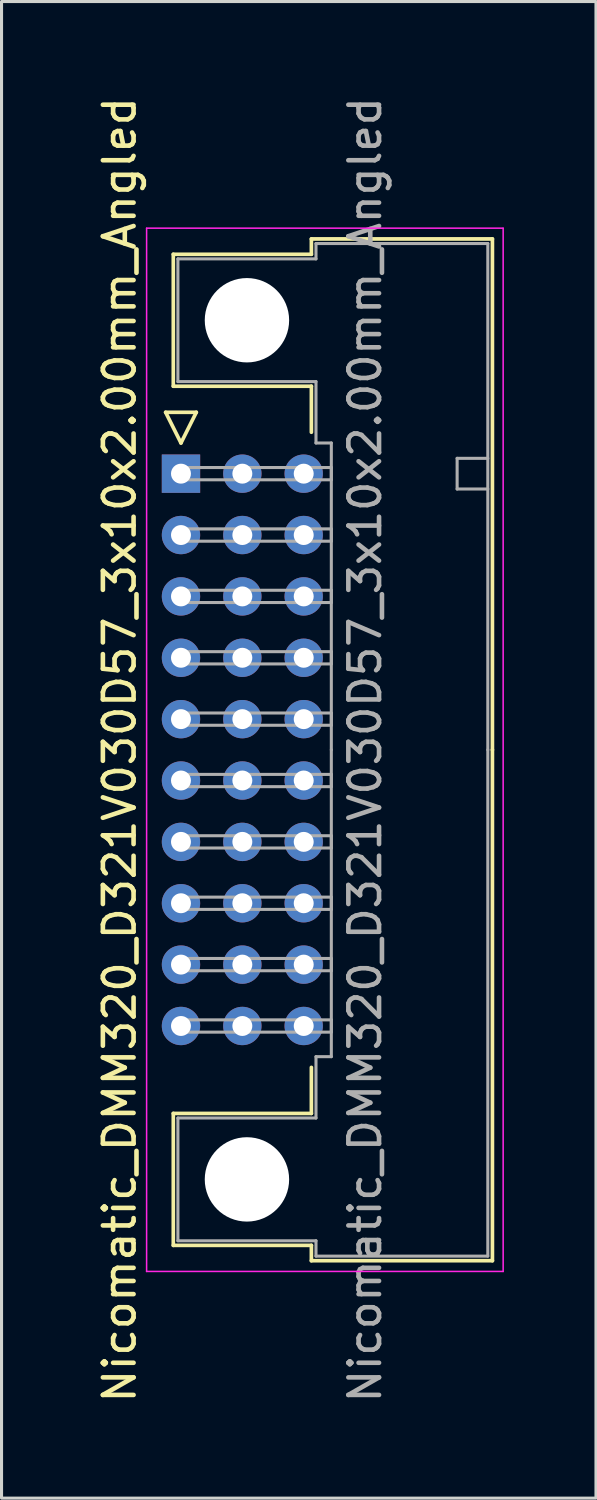
<source format=kicad_pcb>
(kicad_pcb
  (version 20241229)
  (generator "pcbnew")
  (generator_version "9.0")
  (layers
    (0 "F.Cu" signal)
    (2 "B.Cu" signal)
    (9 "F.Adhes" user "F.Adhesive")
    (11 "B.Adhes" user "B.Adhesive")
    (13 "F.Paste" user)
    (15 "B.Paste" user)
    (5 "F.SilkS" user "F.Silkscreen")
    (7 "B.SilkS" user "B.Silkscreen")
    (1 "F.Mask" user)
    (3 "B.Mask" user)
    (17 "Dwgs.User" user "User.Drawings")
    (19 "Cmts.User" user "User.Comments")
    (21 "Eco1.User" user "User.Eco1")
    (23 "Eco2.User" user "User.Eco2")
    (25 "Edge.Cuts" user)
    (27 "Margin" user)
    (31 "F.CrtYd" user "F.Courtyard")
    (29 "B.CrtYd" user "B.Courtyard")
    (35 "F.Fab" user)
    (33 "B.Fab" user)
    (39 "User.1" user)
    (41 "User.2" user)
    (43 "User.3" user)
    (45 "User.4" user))
  (footprint "Nicomatic_DMM320_D321V030D57_3x10x2.00mm_Angled"
    (layer "F.Cu")
    (at 2.848 12.387)
    (property "Reference" "Nicomatic_DMM320_D321V030D57_3x10x2.00mm_Angled" (at -2 9 90) (layer "F.SilkS") (effects (font (size 1 1) (thickness 0.15))))
    (attr through_hole)
    (fp_line (start -0.5 -2) (end 0 -1) (stroke (width 0.12) (type solid)) (layer "F.SilkS"))
    (fp_line (start -0.25 -7.15) (end -0.25 -2.85) (stroke (width 0.12) (type solid)) (layer "F.SilkS"))
    (fp_line (start -0.25 -2.85) (end 4.25 -2.85) (stroke (width 0.12) (type solid)) (layer "F.SilkS"))
    (fp_line (start -0.25 20.85) (end 4.25 20.85) (stroke (width 0.12) (type solid)) (layer "F.SilkS"))
    (fp_line (start -0.25 25.15) (end -0.25 20.85) (stroke (width 0.12) (type solid)) (layer "F.SilkS"))
    (fp_line (start 0 -1) (end 0.5 -2) (stroke (width 0.12) (type solid)) (layer "F.SilkS"))
    (fp_line (start 0.5 -2) (end -0.5 -2) (stroke (width 0.12) (type solid)) (layer "F.SilkS"))
    (fp_line (start 4.25 -7.65) (end 4.25 -7.15) (stroke (width 0.12) (type solid)) (layer "F.SilkS"))
    (fp_line (start 4.25 -7.15) (end -0.25 -7.15) (stroke (width 0.12) (type solid)) (layer "F.SilkS"))
    (fp_line (start 4.25 -2.85) (end 4.25 -1.35) (stroke (width 0.12) (type solid)) (layer "F.SilkS"))
    (fp_line (start 4.25 20.85) (end 4.25 19.35) (stroke (width 0.12) (type solid)) (layer "F.SilkS"))
    (fp_line (start 4.25 25.15) (end -0.25 25.15) (stroke (width 0.12) (type solid)) (layer "F.SilkS"))
    (fp_line (start 4.25 25.65) (end 4.25 25.15) (stroke (width 0.12) (type solid)) (layer "F.SilkS"))
    (fp_line (start 10.15 -7.65) (end 4.25 -7.65) (stroke (width 0.12) (type solid)) (layer "F.SilkS"))
    (fp_line (start 10.15 9) (end 10.15 -7.65) (stroke (width 0.12) (type solid)) (layer "F.SilkS"))
    (fp_line (start 10.15 9) (end 10.15 25.65) (stroke (width 0.12) (type solid)) (layer "F.SilkS"))
    (fp_line (start 10.15 25.65) (end 4.25 25.65) (stroke (width 0.12) (type solid)) (layer "F.SilkS"))
    (fp_line (start -1.12 -8) (end -1.12 26) (stroke (width 0.05) (type solid)) (layer "F.CrtYd"))
    (fp_line (start -1.12 26) (end 10.5 26) (stroke (width 0.05) (type solid)) (layer "F.CrtYd"))
    (fp_line (start 10.5 -8) (end -1.12 -8) (stroke (width 0.05) (type solid)) (layer "F.CrtYd"))
    (fp_line (start 10.5 26) (end 10.5 -8) (stroke (width 0.05) (type solid)) (layer "F.CrtYd"))
    (fp_line (start -0.1 -7) (end -0.1 -3) (stroke (width 0.1) (type solid)) (layer "F.Fab"))
    (fp_line (start -0.1 -3) (end 4.4 -3) (stroke (width 0.1) (type solid)) (layer "F.Fab"))
    (fp_line (start -0.1 21) (end 4.4 21) (stroke (width 0.1) (type solid)) (layer "F.Fab"))
    (fp_line (start -0.1 25) (end -0.1 21) (stroke (width 0.1) (type solid)) (layer "F.Fab"))
    (fp_line (start 0 -0.2) (end 0 0.2) (stroke (width 0.1) (type solid)) (layer "F.Fab"))
    (fp_line (start 0 0.2) (end 4.9 0.2) (stroke (width 0.1) (type solid)) (layer "F.Fab"))
    (fp_line (start 0 1.8) (end 0 2.2) (stroke (width 0.1) (type solid)) (layer "F.Fab"))
    (fp_line (start 0 2.2) (end 4.9 2.2) (stroke (width 0.1) (type solid)) (layer "F.Fab"))
    (fp_line (start 0 3.8) (end 0 4.2) (stroke (width 0.1) (type solid)) (layer "F.Fab"))
    (fp_line (start 0 4.2) (end 4.9 4.2) (stroke (width 0.1) (type solid)) (layer "F.Fab"))
    (fp_line (start 0 5.8) (end 0 6.2) (stroke (width 0.1) (type solid)) (layer "F.Fab"))
    (fp_line (start 0 6.2) (end 4.9 6.2) (stroke (width 0.1) (type solid)) (layer "F.Fab"))
    (fp_line (start 0 7.8) (end 0 8.2) (stroke (width 0.1) (type solid)) (layer "F.Fab"))
    (fp_line (start 0 8.2) (end 4.9 8.2) (stroke (width 0.1) (type solid)) (layer "F.Fab"))
    (fp_line (start 0 9.8) (end 0 10.2) (stroke (width 0.1) (type solid)) (layer "F.Fab"))
    (fp_line (start 0 10.2) (end 4.9 10.2) (stroke (width 0.1) (type solid)) (layer "F.Fab"))
    (fp_line (start 0 11.8) (end 0 12.2) (stroke (width 0.1) (type solid)) (layer "F.Fab"))
    (fp_line (start 0 12.2) (end 4.9 12.2) (stroke (width 0.1) (type solid)) (layer "F.Fab"))
    (fp_line (start 0 13.8) (end 0 14.2) (stroke (width 0.1) (type solid)) (layer "F.Fab"))
    (fp_line (start 0 14.2) (end 4.9 14.2) (stroke (width 0.1) (type solid)) (layer "F.Fab"))
    (fp_line (start 0 15.8) (end 0 16.2) (stroke (width 0.1) (type solid)) (layer "F.Fab"))
    (fp_line (start 0 16.2) (end 4.9 16.2) (stroke (width 0.1) (type solid)) (layer "F.Fab"))
    (fp_line (start 0 17.8) (end 0 18.2) (stroke (width 0.1) (type solid)) (layer "F.Fab"))
    (fp_line (start 0 18.2) (end 4.9 18.2) (stroke (width 0.1) (type solid)) (layer "F.Fab"))
    (fp_line (start 4.4 -7.5) (end 4.4 -7) (stroke (width 0.1) (type solid)) (layer "F.Fab"))
    (fp_line (start 4.4 -7) (end -0.1 -7) (stroke (width 0.1) (type solid)) (layer "F.Fab"))
    (fp_line (start 4.4 -3) (end 4.4 -1) (stroke (width 0.1) (type solid)) (layer "F.Fab"))
    (fp_line (start 4.4 -1) (end 4.9 -1) (stroke (width 0.1) (type solid)) (layer "F.Fab"))
    (fp_line (start 4.4 19) (end 4.9 19) (stroke (width 0.1) (type solid)) (layer "F.Fab"))
    (fp_line (start 4.4 21) (end 4.4 19) (stroke (width 0.1) (type solid)) (layer "F.Fab"))
    (fp_line (start 4.4 25) (end -0.1 25) (stroke (width 0.1) (type solid)) (layer "F.Fab"))
    (fp_line (start 4.4 25.5) (end 4.4 25) (stroke (width 0.1) (type solid)) (layer "F.Fab"))
    (fp_line (start 4.9 -1) (end 4.9 9) (stroke (width 0.1) (type solid)) (layer "F.Fab"))
    (fp_line (start 4.9 -0.2) (end 0 -0.2) (stroke (width 0.1) (type solid)) (layer "F.Fab"))
    (fp_line (start 4.9 0.2) (end 4.9 -0.2) (stroke (width 0.1) (type solid)) (layer "F.Fab"))
    (fp_line (start 4.9 1.8) (end 0 1.8) (stroke (width 0.1) (type solid)) (layer "F.Fab"))
    (fp_line (start 4.9 2.2) (end 4.9 1.8) (stroke (width 0.1) (type solid)) (layer "F.Fab"))
    (fp_line (start 4.9 3.8) (end 0 3.8) (stroke (width 0.1) (type solid)) (layer "F.Fab"))
    (fp_line (start 4.9 4.2) (end 4.9 3.8) (stroke (width 0.1) (type solid)) (layer "F.Fab"))
    (fp_line (start 4.9 5.8) (end 0 5.8) (stroke (width 0.1) (type solid)) (layer "F.Fab"))
    (fp_line (start 4.9 6.2) (end 4.9 5.8) (stroke (width 0.1) (type solid)) (layer "F.Fab"))
    (fp_line (start 4.9 7.8) (end 0 7.8) (stroke (width 0.1) (type solid)) (layer "F.Fab"))
    (fp_line (start 4.9 8.2) (end 4.9 7.8) (stroke (width 0.1) (type solid)) (layer "F.Fab"))
    (fp_line (start 4.9 9.8) (end 0 9.8) (stroke (width 0.1) (type solid)) (layer "F.Fab"))
    (fp_line (start 4.9 10.2) (end 4.9 9.8) (stroke (width 0.1) (type solid)) (layer "F.Fab"))
    (fp_line (start 4.9 11.8) (end 0 11.8) (stroke (width 0.1) (type solid)) (layer "F.Fab"))
    (fp_line (start 4.9 12.2) (end 4.9 11.8) (stroke (width 0.1) (type solid)) (layer "F.Fab"))
    (fp_line (start 4.9 13.8) (end 0 13.8) (stroke (width 0.1) (type solid)) (layer "F.Fab"))
    (fp_line (start 4.9 14.2) (end 4.9 13.8) (stroke (width 0.1) (type solid)) (layer "F.Fab"))
    (fp_line (start 4.9 15.8) (end 0 15.8) (stroke (width 0.1) (type solid)) (layer "F.Fab"))
    (fp_line (start 4.9 16.2) (end 4.9 15.8) (stroke (width 0.1) (type solid)) (layer "F.Fab"))
    (fp_line (start 4.9 17.8) (end 0 17.8) (stroke (width 0.1) (type solid)) (layer "F.Fab"))
    (fp_line (start 4.9 18.2) (end 4.9 17.8) (stroke (width 0.1) (type solid)) (layer "F.Fab"))
    (fp_line (start 4.9 19) (end 4.9 9) (stroke (width 0.1) (type solid)) (layer "F.Fab"))
    (fp_line (start 9 -0.5) (end 9 0.5) (stroke (width 0.1) (type solid)) (layer "F.Fab"))
    (fp_line (start 9 0.5) (end 10 0.5) (stroke (width 0.1) (type solid)) (layer "F.Fab"))
    (fp_line (start 10 -7.5) (end 4.4 -7.5) (stroke (width 0.1) (type solid)) (layer "F.Fab"))
    (fp_line (start 10 -0.5) (end 9 -0.5) (stroke (width 0.1) (type solid)) (layer "F.Fab"))
    (fp_line (start 10 9) (end 10 -7.5) (stroke (width 0.1) (type solid)) (layer "F.Fab"))
    (fp_line (start 10 9) (end 10 25.5) (stroke (width 0.1) (type solid)) (layer "F.Fab"))
    (fp_line (start 10 25.5) (end 4.4 25.5) (stroke (width 0.1) (type solid)) (layer "F.Fab"))
    (fp_text user "${REFERENCE}" (at 6 9 90) (layer "F.Fab") (effects (font (size 1 1) (thickness 0.15))))
    (pad "" np_thru_hole circle (at 2.15 -5) (size 2.75 2.75) (drill 2.75) (layers "*.Cu" "*.Mask"))
    (pad "" np_thru_hole circle (at 2.15 23) (size 2.75 2.75) (drill 2.75) (layers "*.Cu" "*.Mask"))
    (pad "1" thru_hole rect (at 0 0) (size 1.25 1.25) (drill 0.65) (layers "*.Cu" "*.Mask"))
    (pad "2" thru_hole oval (at 0 2) (size 1.25 1.25) (drill 0.65) (layers "*.Cu" "*.Mask"))
    (pad "3" thru_hole oval (at 0 4) (size 1.25 1.25) (drill 0.65) (layers "*.Cu" "*.Mask"))
    (pad "4" thru_hole oval (at 0 6) (size 1.25 1.25) (drill 0.65) (layers "*.Cu" "*.Mask"))
    (pad "5" thru_hole oval (at 0 8) (size 1.25 1.25) (drill 0.65) (layers "*.Cu" "*.Mask"))
    (pad "6" thru_hole oval (at 0 10) (size 1.25 1.25) (drill 0.65) (layers "*.Cu" "*.Mask"))
    (pad "7" thru_hole oval (at 0 12) (size 1.25 1.25) (drill 0.65) (layers "*.Cu" "*.Mask"))
    (pad "8" thru_hole oval (at 0 14) (size 1.25 1.25) (drill 0.65) (layers "*.Cu" "*.Mask"))
    (pad "9" thru_hole oval (at 0 16) (size 1.25 1.25) (drill 0.65) (layers "*.Cu" "*.Mask"))
    (pad "10" thru_hole oval (at 0 18) (size 1.25 1.25) (drill 0.65) (layers "*.Cu" "*.Mask"))
    (pad "11" thru_hole oval (at 2 0) (size 1.25 1.25) (drill 0.65) (layers "*.Cu" "*.Mask"))
    (pad "12" thru_hole oval (at 2 2) (size 1.25 1.25) (drill 0.65) (layers "*.Cu" "*.Mask"))
    (pad "13" thru_hole oval (at 2 4) (size 1.25 1.25) (drill 0.65) (layers "*.Cu" "*.Mask"))
    (pad "14" thru_hole oval (at 2 6) (size 1.25 1.25) (drill 0.65) (layers "*.Cu" "*.Mask"))
    (pad "15" thru_hole oval (at 2 8) (size 1.25 1.25) (drill 0.65) (layers "*.Cu" "*.Mask"))
    (pad "16" thru_hole oval (at 2 10) (size 1.25 1.25) (drill 0.65) (layers "*.Cu" "*.Mask"))
    (pad "17" thru_hole oval (at 2 12) (size 1.25 1.25) (drill 0.65) (layers "*.Cu" "*.Mask"))
    (pad "18" thru_hole oval (at 2 14) (size 1.25 1.25) (drill 0.65) (layers "*.Cu" "*.Mask"))
    (pad "19" thru_hole oval (at 2 16) (size 1.25 1.25) (drill 0.65) (layers "*.Cu" "*.Mask"))
    (pad "20" thru_hole oval (at 2 18) (size 1.25 1.25) (drill 0.65) (layers "*.Cu" "*.Mask"))
    (pad "21" thru_hole oval (at 4 0) (size 1.25 1.25) (drill 0.65) (layers "*.Cu" "*.Mask"))
    (pad "22" thru_hole oval (at 4 2) (size 1.25 1.25) (drill 0.65) (layers "*.Cu" "*.Mask"))
    (pad "23" thru_hole oval (at 4 4) (size 1.25 1.25) (drill 0.65) (layers "*.Cu" "*.Mask"))
    (pad "24" thru_hole oval (at 4 6) (size 1.25 1.25) (drill 0.65) (layers "*.Cu" "*.Mask"))
    (pad "25" thru_hole oval (at 4 8) (size 1.25 1.25) (drill 0.65) (layers "*.Cu" "*.Mask"))
    (pad "26" thru_hole oval (at 4 10) (size 1.25 1.25) (drill 0.65) (layers "*.Cu" "*.Mask"))
    (pad "27" thru_hole oval (at 4 12) (size 1.25 1.25) (drill 0.65) (layers "*.Cu" "*.Mask"))
    (pad "28" thru_hole oval (at 4 14) (size 1.25 1.25) (drill 0.65) (layers "*.Cu" "*.Mask"))
    (pad "29" thru_hole oval (at 4 16) (size 1.25 1.25) (drill 0.65) (layers "*.Cu" "*.Mask"))
    (pad "30" thru_hole oval (at 4 18) (size 1.25 1.25) (drill 0.65) (layers "*.Cu" "*.Mask")))
  (gr_rect
    (start -3 -3)
    (end 16.373 45.774)
    (stroke (width 0.1) (type default))
    (fill no)
    (layer "Edge.Cuts")))
</source>
